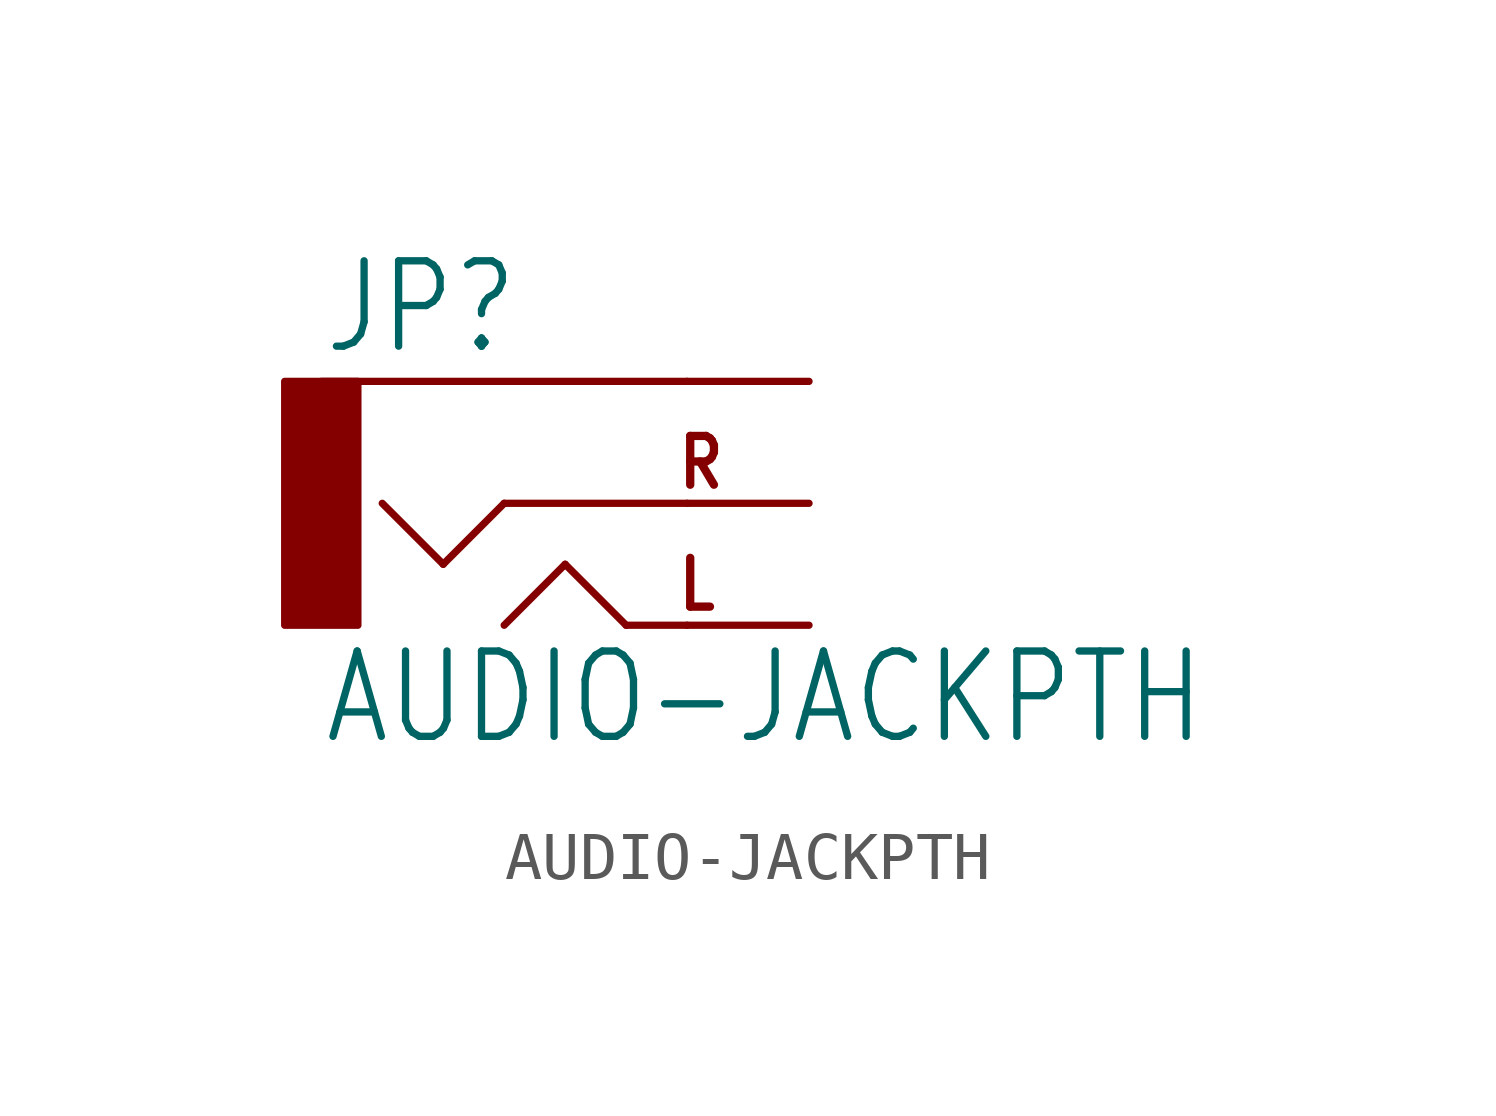
<source format=kicad_sym>
(kicad_symbol_lib
  (version 20211014)
  (generator kicad_symbol_editor)
  (symbol "AUDIO-JACKPTH"
    (property "Reference" "JP"
      (at -5.08 3.048 0)
      (effects (font (size 1.778 1.511)) (justify left bottom)))
    (property "Value" "AUDIO-JACKPTH"
      (at -5.08 -5.08 0)
      (effects (font (size 1.778 1.511)) (justify left bottom)))
    (property "ki_locked" ""
      (at 0 0 0)
      (effects (font (size 1.27 1.27))))
    (symbol "AUDIO-JACKPTH_1_0"
      (rectangle (start -5.842 2.54) (end -4.318 -2.54) (stroke (width 0) (type default) (color 0 0 0 0)) (fill (type outline)))
      (polyline (pts (xy -2.54 -1.27) (xy -3.81 0)) (stroke (width 0.152) (type default) (color 0 0 0 0)) (fill (type none)))
      (polyline (pts (xy -1.27 -2.54) (xy 0 -1.27)) (stroke (width 0.152) (type default) (color 0 0 0 0)) (fill (type none)))
      (polyline (pts (xy -1.27 0) (xy -2.54 -1.27)) (stroke (width 0.152) (type default) (color 0 0 0 0)) (fill (type none)))
      (polyline (pts (xy 0 -1.27) (xy 1.27 -2.54)) (stroke (width 0.152) (type default) (color 0 0 0 0)) (fill (type none)))
      (polyline (pts (xy 1.27 -2.54) (xy 2.54 -2.54)) (stroke (width 0.152) (type default) (color 0 0 0 0)) (fill (type none)))
      (polyline (pts (xy 2.54 0) (xy -1.27 0)) (stroke (width 0.152) (type default) (color 0 0 0 0)) (fill (type none)))
      (polyline (pts (xy 2.54 2.54) (xy -5.08 2.54)) (stroke (width 0.152) (type default) (color 0 0 0 0)) (fill (type none)))
      (text "L" (at 2.286 -2.286 0) (effects (font (size 1.016 0.864) (thickness 0.173) bold) (justify left bottom)))
      (text "R" (at 2.286 0.254 0) (effects (font (size 1.016 0.864) (thickness 0.173) bold) (justify left bottom)))
      (pin bidirectional line (at 5.08 0 180) (length 2.54) (name "RIGHT" (effects (font (size 0 0)))) (number "RING" (effects (font (size 0 0)))))
      (pin bidirectional line (at 5.08 2.54 180) (length 2.54) (name "SLEEVE" (effects (font (size 0 0)))) (number "SLEEVE" (effects (font (size 0 0)))))
      (pin bidirectional line (at 5.08 -2.54 180) (length 2.54) (name "LEFT" (effects (font (size 0 0)))) (number "TIP" (effects (font (size 0 0))))))))
</source>
